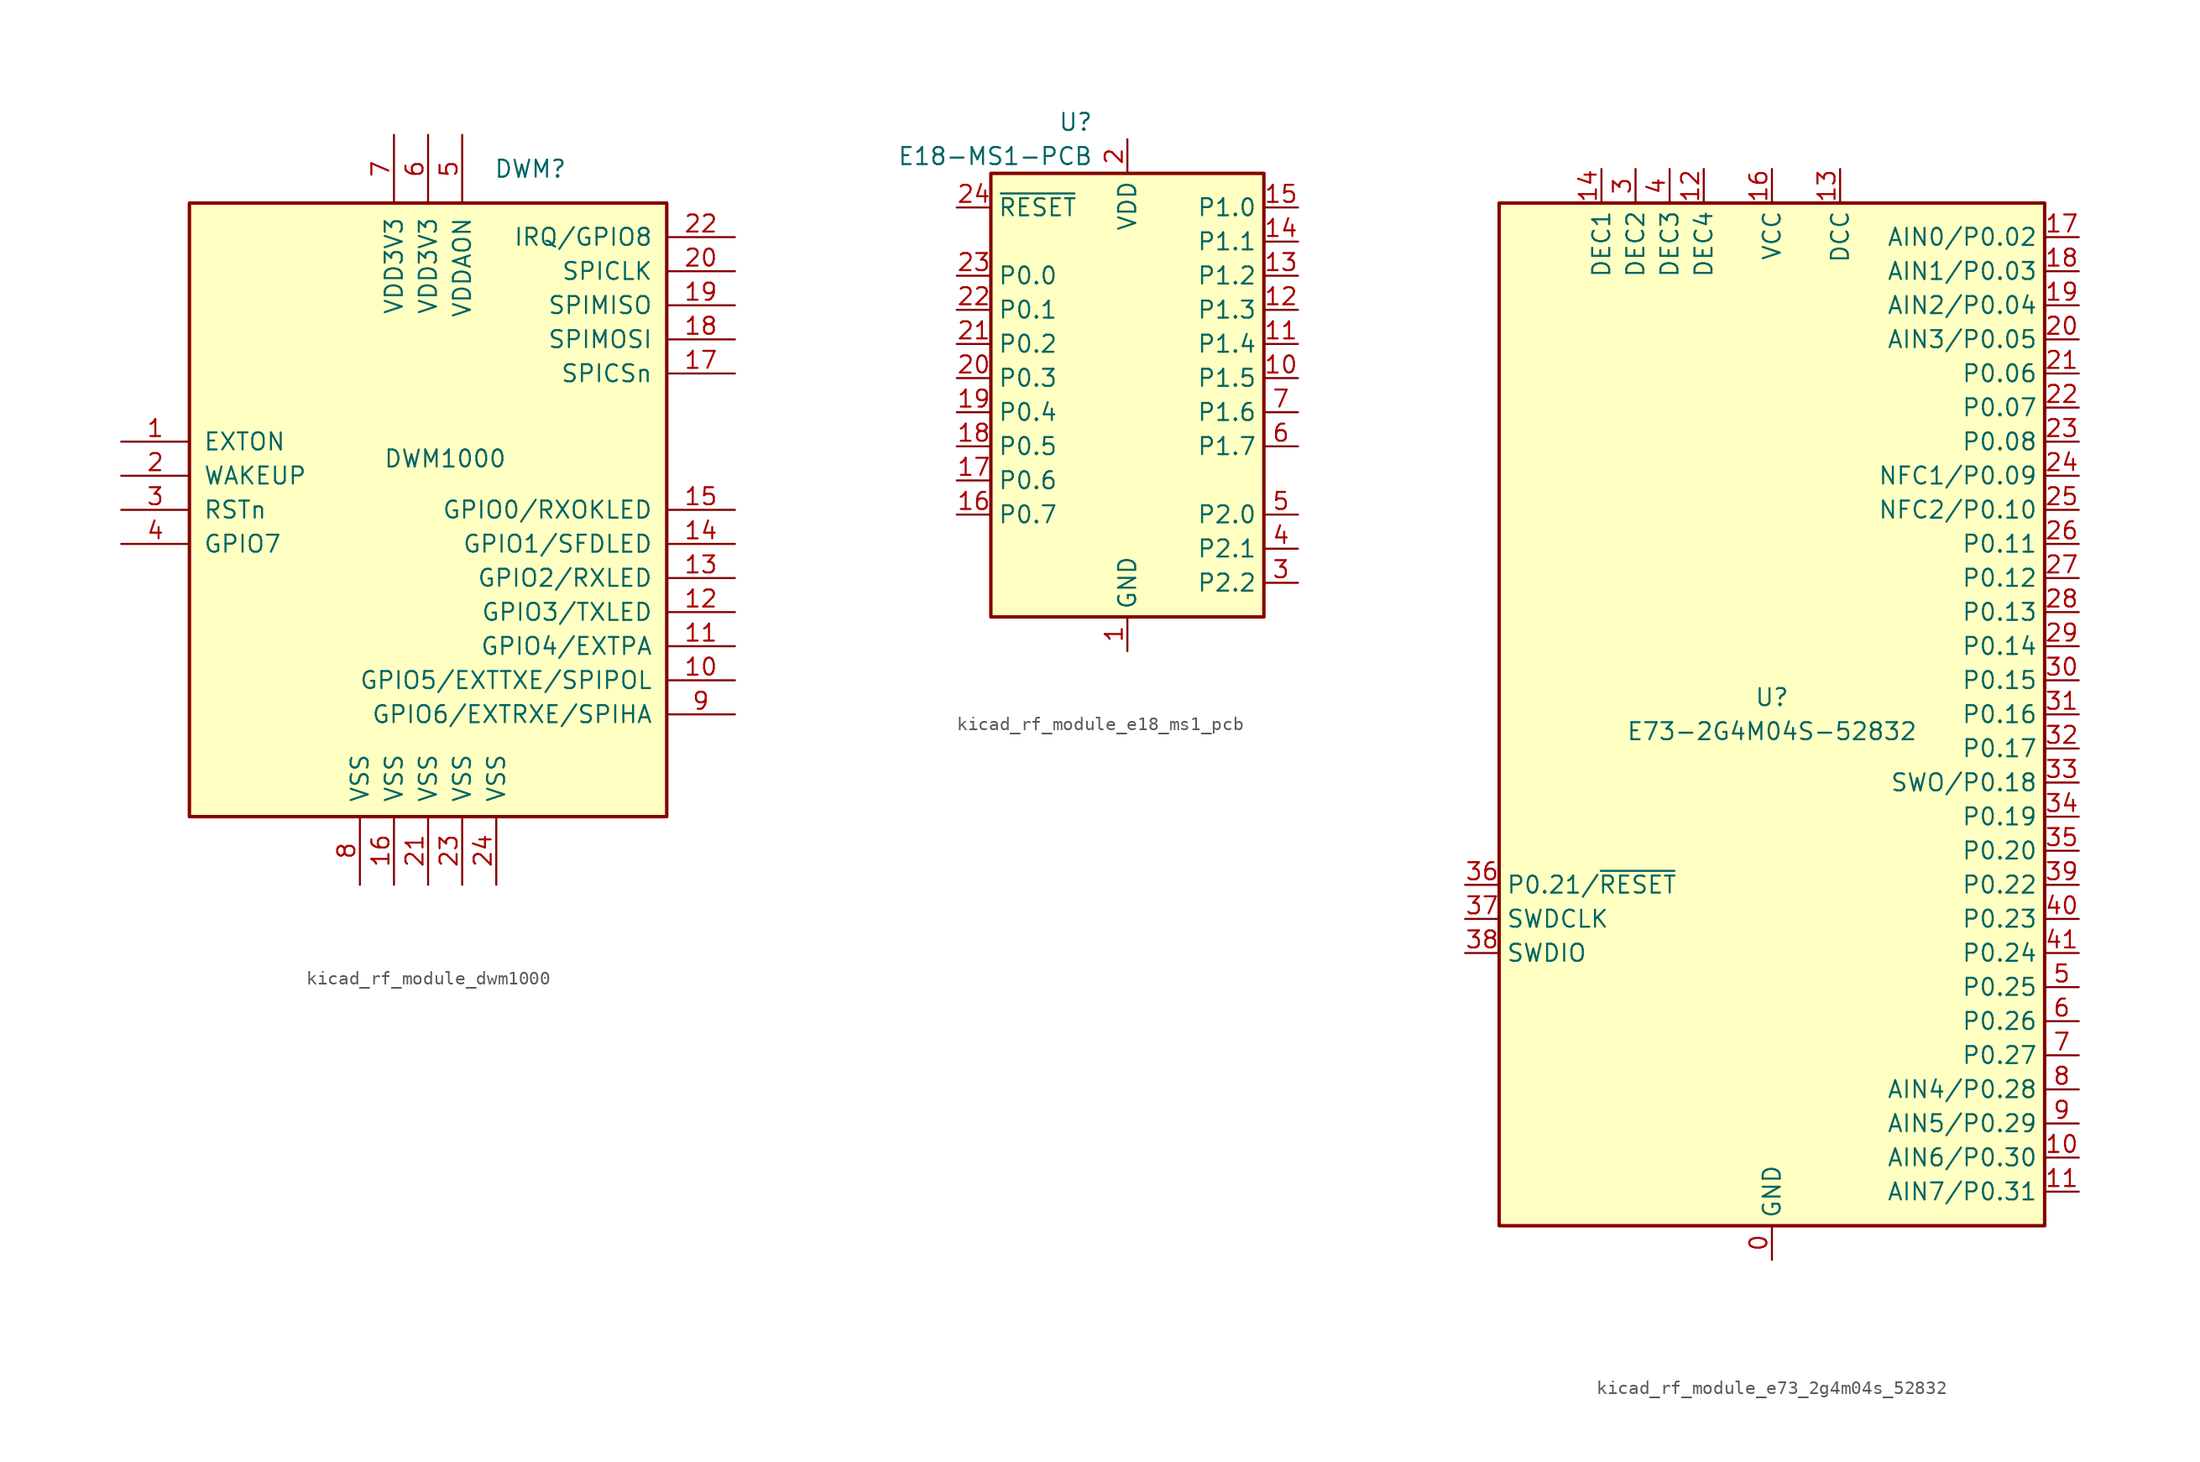
<source format=kicad_sym>
(kicad_symbol_lib
  (version 20220914)
  (generator kicad_symbol_editor)
  (symbol "kicad_rf_module_dwm1000"
    (pin_names
      (offset 1.016))
    (property "Reference" "DWM"
      (at 7.62 25.4 0)
      (effects (font (size 1.27 1.27))))
    (property "Value" "DWM1000"
      (at 1.27 3.81 0)
      (effects (font (size 1.27 1.27))))
    (symbol "kicad_rf_module_dwm1000_0_1"
      (rectangle (start 17.78 22.86) (end -17.78 -22.86) (stroke (width 0.254) (type default)) (fill (type background))))
    (symbol "kicad_rf_module_dwm1000_1_1"
      (pin output line (at -22.86 5.08 0) (length 5.08) (name "EXTON" (effects (font (size 1.27 1.27)))) (number "1" (effects (font (size 1.27 1.27)))))
      (pin bidirectional line (at 22.86 -12.7 180) (length 5.08) (name "GPIO5/EXTTXE/SPIPOL" (effects (font (size 1.27 1.27)))) (number "10" (effects (font (size 1.27 1.27)))))
      (pin bidirectional line (at 22.86 -10.16 180) (length 5.08) (name "GPIO4/EXTPA" (effects (font (size 1.27 1.27)))) (number "11" (effects (font (size 1.27 1.27)))))
      (pin bidirectional line (at 22.86 -7.62 180) (length 5.08) (name "GPIO3/TXLED" (effects (font (size 1.27 1.27)))) (number "12" (effects (font (size 1.27 1.27)))))
      (pin bidirectional line (at 22.86 -5.08 180) (length 5.08) (name "GPIO2/RXLED" (effects (font (size 1.27 1.27)))) (number "13" (effects (font (size 1.27 1.27)))))
      (pin bidirectional line (at 22.86 -2.54 180) (length 5.08) (name "GPIO1/SFDLED" (effects (font (size 1.27 1.27)))) (number "14" (effects (font (size 1.27 1.27)))))
      (pin bidirectional line (at 22.86 0 180) (length 5.08) (name "GPIO0/RXOKLED" (effects (font (size 1.27 1.27)))) (number "15" (effects (font (size 1.27 1.27)))))
      (pin power_in line (at -2.54 -27.94 90) (length 5.08) (name "VSS" (effects (font (size 1.27 1.27)))) (number "16" (effects (font (size 1.27 1.27)))))
      (pin input line (at 22.86 10.16 180) (length 5.08) (name "SPICSn" (effects (font (size 1.27 1.27)))) (number "17" (effects (font (size 1.27 1.27)))))
      (pin input line (at 22.86 12.7 180) (length 5.08) (name "SPIMOSI" (effects (font (size 1.27 1.27)))) (number "18" (effects (font (size 1.27 1.27)))))
      (pin output line (at 22.86 15.24 180) (length 5.08) (name "SPIMISO" (effects (font (size 1.27 1.27)))) (number "19" (effects (font (size 1.27 1.27)))))
      (pin bidirectional line (at -22.86 2.54 0) (length 5.08) (name "WAKEUP" (effects (font (size 1.27 1.27)))) (number "2" (effects (font (size 1.27 1.27)))))
      (pin input line (at 22.86 17.78 180) (length 5.08) (name "SPICLK" (effects (font (size 1.27 1.27)))) (number "20" (effects (font (size 1.27 1.27)))))
      (pin power_in line (at 0 -27.94 90) (length 5.08) (name "VSS" (effects (font (size 1.27 1.27)))) (number "21" (effects (font (size 1.27 1.27)))))
      (pin bidirectional line (at 22.86 20.32 180) (length 5.08) (name "IRQ/GPIO8" (effects (font (size 1.27 1.27)))) (number "22" (effects (font (size 1.27 1.27)))))
      (pin power_in line (at 2.54 -27.94 90) (length 5.08) (name "VSS" (effects (font (size 1.27 1.27)))) (number "23" (effects (font (size 1.27 1.27)))))
      (pin power_in line (at 5.08 -27.94 90) (length 5.08) (name "VSS" (effects (font (size 1.27 1.27)))) (number "24" (effects (font (size 1.27 1.27)))))
      (pin bidirectional line (at -22.86 0 0) (length 5.08) (name "RSTn" (effects (font (size 1.27 1.27)))) (number "3" (effects (font (size 1.27 1.27)))))
      (pin bidirectional line (at -22.86 -2.54 0) (length 5.08) (name "GPIO7" (effects (font (size 1.27 1.27)))) (number "4" (effects (font (size 1.27 1.27)))))
      (pin power_in line (at 2.54 27.94 270) (length 5.08) (name "VDDAON" (effects (font (size 1.27 1.27)))) (number "5" (effects (font (size 1.27 1.27)))))
      (pin power_in line (at 0 27.94 270) (length 5.08) (name "VDD3V3" (effects (font (size 1.27 1.27)))) (number "6" (effects (font (size 1.27 1.27)))))
      (pin power_in line (at -2.54 27.94 270) (length 5.08) (name "VDD3V3" (effects (font (size 1.27 1.27)))) (number "7" (effects (font (size 1.27 1.27)))))
      (pin power_in line (at -5.08 -27.94 90) (length 5.08) (name "VSS" (effects (font (size 1.27 1.27)))) (number "8" (effects (font (size 1.27 1.27)))))
      (pin bidirectional line (at 22.86 -15.24 180) (length 5.08) (name "GPIO6/EXTRXE/SPIHA" (effects (font (size 1.27 1.27)))) (number "9" (effects (font (size 1.27 1.27)))))))
  (symbol "kicad_rf_module_e18_ms1_pcb"
    (property "Reference" "U"
      (at -2.54 21.59 0)
      (effects (font (size 1.27 1.27)) (justify right)))
    (property "Value" "E18-MS1-PCB"
      (at -2.54 19.05 0)
      (effects (font (size 1.27 1.27)) (justify right)))
    (symbol "kicad_rf_module_e18_ms1_pcb_0_1"
      (rectangle (start -10.16 17.78) (end 10.16 -15.24) (stroke (width 0.254) (type default)) (fill (type background))))
    (symbol "kicad_rf_module_e18_ms1_pcb_1_1"
      (pin power_in line (at 0 -17.78 90) (length 2.54) (name "GND" (effects (font (size 1.27 1.27)))) (number "1" (effects (font (size 1.27 1.27)))))
      (pin bidirectional line (at 12.7 2.54 180) (length 2.54) (name "P1.5" (effects (font (size 1.27 1.27)))) (number "10" (effects (font (size 1.27 1.27)))))
      (pin bidirectional line (at 12.7 5.08 180) (length 2.54) (name "P1.4" (effects (font (size 1.27 1.27)))) (number "11" (effects (font (size 1.27 1.27)))))
      (pin bidirectional line (at 12.7 7.62 180) (length 2.54) (name "P1.3" (effects (font (size 1.27 1.27)))) (number "12" (effects (font (size 1.27 1.27)))))
      (pin bidirectional line (at 12.7 10.16 180) (length 2.54) (name "P1.2" (effects (font (size 1.27 1.27)))) (number "13" (effects (font (size 1.27 1.27)))))
      (pin bidirectional line (at 12.7 12.7 180) (length 2.54) (name "P1.1" (effects (font (size 1.27 1.27)))) (number "14" (effects (font (size 1.27 1.27)))))
      (pin bidirectional line (at 12.7 15.24 180) (length 2.54) (name "P1.0" (effects (font (size 1.27 1.27)))) (number "15" (effects (font (size 1.27 1.27)))))
      (pin bidirectional line (at -12.7 -7.62 0) (length 2.54) (name "P0.7" (effects (font (size 1.27 1.27)))) (number "16" (effects (font (size 1.27 1.27)))))
      (pin bidirectional line (at -12.7 -5.08 0) (length 2.54) (name "P0.6" (effects (font (size 1.27 1.27)))) (number "17" (effects (font (size 1.27 1.27)))))
      (pin bidirectional line (at -12.7 -2.54 0) (length 2.54) (name "P0.5" (effects (font (size 1.27 1.27)))) (number "18" (effects (font (size 1.27 1.27)))))
      (pin bidirectional line (at -12.7 0 0) (length 2.54) (name "P0.4" (effects (font (size 1.27 1.27)))) (number "19" (effects (font (size 1.27 1.27)))))
      (pin power_in line (at 0 20.32 270) (length 2.54) (name "VDD" (effects (font (size 1.27 1.27)))) (number "2" (effects (font (size 1.27 1.27)))))
      (pin bidirectional line (at -12.7 2.54 0) (length 2.54) (name "P0.3" (effects (font (size 1.27 1.27)))) (number "20" (effects (font (size 1.27 1.27)))))
      (pin bidirectional line (at -12.7 5.08 0) (length 2.54) (name "P0.2" (effects (font (size 1.27 1.27)))) (number "21" (effects (font (size 1.27 1.27)))))
      (pin bidirectional line (at -12.7 7.62 0) (length 2.54) (name "P0.1" (effects (font (size 1.27 1.27)))) (number "22" (effects (font (size 1.27 1.27)))))
      (pin bidirectional line (at -12.7 10.16 0) (length 2.54) (name "P0.0" (effects (font (size 1.27 1.27)))) (number "23" (effects (font (size 1.27 1.27)))))
      (pin input line (at -12.7 15.24 0) (length 2.54) (name "~{RESET}" (effects (font (size 1.27 1.27)))) (number "24" (effects (font (size 1.27 1.27)))))
      (pin bidirectional line (at 12.7 -12.7 180) (length 2.54) (name "P2.2" (effects (font (size 1.27 1.27)))) (number "3" (effects (font (size 1.27 1.27)))))
      (pin bidirectional line (at 12.7 -10.16 180) (length 2.54) (name "P2.1" (effects (font (size 1.27 1.27)))) (number "4" (effects (font (size 1.27 1.27)))))
      (pin bidirectional line (at 12.7 -7.62 180) (length 2.54) (name "P2.0" (effects (font (size 1.27 1.27)))) (number "5" (effects (font (size 1.27 1.27)))))
      (pin bidirectional line (at 12.7 -2.54 180) (length 2.54) (name "P1.7" (effects (font (size 1.27 1.27)))) (number "6" (effects (font (size 1.27 1.27)))))
      (pin bidirectional line (at 12.7 0 180) (length 2.54) (name "P1.6" (effects (font (size 1.27 1.27)))) (number "7" (effects (font (size 1.27 1.27)))))
      (pin no_connect line (at -10.16 -10.16 0) (length 2.54) hide (name "NC" (effects (font (size 1.27 1.27)))) (number "8" (effects (font (size 1.27 1.27)))))
      (pin no_connect line (at -10.16 -12.7 0) (length 2.54) hide (name "NC" (effects (font (size 1.27 1.27)))) (number "9" (effects (font (size 1.27 1.27)))))))
  (symbol "kicad_rf_module_e73_2g4m04s_52832"
    (property "Reference" "U"
      (at 0 1.27 0)
      (effects (font (size 1.27 1.27))))
    (property "Value" "E73-2G4M04S-52832"
      (at 0 -1.27 0)
      (effects (font (size 1.27 1.27))))
    (symbol "kicad_rf_module_e73_2g4m04s_52832_0_1"
      (rectangle (start 20.32 38.1) (end -20.32 -38.1) (stroke (width 0.254) (type default)) (fill (type background))))
    (symbol "kicad_rf_module_e73_2g4m04s_52832_1_1"
      (pin power_in line (at 0 -40.64 90) (length 2.54) (name "GND" (effects (font (size 1.27 1.27)))) (number "0" (effects (font (size 1.27 1.27)))))
      (pin passive line (at 0 -40.64 90) (length 2.54) hide (name "GND" (effects (font (size 1.27 1.27)))) (number "1" (effects (font (size 1.27 1.27)))))
      (pin bidirectional line (at 22.86 -33.02 180) (length 2.54) (name "AIN6/P0.30" (effects (font (size 1.27 1.27)))) (number "10" (effects (font (size 1.27 1.27)))))
      (pin bidirectional line (at 22.86 -35.56 180) (length 2.54) (name "AIN7/P0.31" (effects (font (size 1.27 1.27)))) (number "11" (effects (font (size 1.27 1.27)))))
      (pin passive line (at -5.08 40.64 270) (length 2.54) (name "DEC4" (effects (font (size 1.27 1.27)))) (number "12" (effects (font (size 1.27 1.27)))))
      (pin power_out line (at 5.08 40.64 270) (length 2.54) (name "DCC" (effects (font (size 1.27 1.27)))) (number "13" (effects (font (size 1.27 1.27)))))
      (pin passive line (at -12.7 40.64 270) (length 2.54) (name "DEC1" (effects (font (size 1.27 1.27)))) (number "14" (effects (font (size 1.27 1.27)))))
      (pin passive line (at 0 -40.64 90) (length 2.54) hide (name "GND" (effects (font (size 1.27 1.27)))) (number "15" (effects (font (size 1.27 1.27)))))
      (pin power_in line (at 0 40.64 270) (length 2.54) (name "VCC" (effects (font (size 1.27 1.27)))) (number "16" (effects (font (size 1.27 1.27)))))
      (pin bidirectional line (at 22.86 35.56 180) (length 2.54) (name "AIN0/P0.02" (effects (font (size 1.27 1.27)))) (number "17" (effects (font (size 1.27 1.27)))))
      (pin bidirectional line (at 22.86 33.02 180) (length 2.54) (name "AIN1/P0.03" (effects (font (size 1.27 1.27)))) (number "18" (effects (font (size 1.27 1.27)))))
      (pin bidirectional line (at 22.86 30.48 180) (length 2.54) (name "AIN2/P0.04" (effects (font (size 1.27 1.27)))) (number "19" (effects (font (size 1.27 1.27)))))
      (pin passive line (at 0 -40.64 90) (length 2.54) hide (name "GND" (effects (font (size 1.27 1.27)))) (number "2" (effects (font (size 1.27 1.27)))))
      (pin bidirectional line (at 22.86 27.94 180) (length 2.54) (name "AIN3/P0.05" (effects (font (size 1.27 1.27)))) (number "20" (effects (font (size 1.27 1.27)))))
      (pin bidirectional line (at 22.86 25.4 180) (length 2.54) (name "P0.06" (effects (font (size 1.27 1.27)))) (number "21" (effects (font (size 1.27 1.27)))))
      (pin bidirectional line (at 22.86 22.86 180) (length 2.54) (name "P0.07" (effects (font (size 1.27 1.27)))) (number "22" (effects (font (size 1.27 1.27)))))
      (pin bidirectional line (at 22.86 20.32 180) (length 2.54) (name "P0.08" (effects (font (size 1.27 1.27)))) (number "23" (effects (font (size 1.27 1.27)))))
      (pin bidirectional line (at 22.86 17.78 180) (length 2.54) (name "NFC1/P0.09" (effects (font (size 1.27 1.27)))) (number "24" (effects (font (size 1.27 1.27)))))
      (pin bidirectional line (at 22.86 15.24 180) (length 2.54) (name "NFC2/P0.10" (effects (font (size 1.27 1.27)))) (number "25" (effects (font (size 1.27 1.27)))))
      (pin bidirectional line (at 22.86 12.7 180) (length 2.54) (name "P0.11" (effects (font (size 1.27 1.27)))) (number "26" (effects (font (size 1.27 1.27)))))
      (pin bidirectional line (at 22.86 10.16 180) (length 2.54) (name "P0.12" (effects (font (size 1.27 1.27)))) (number "27" (effects (font (size 1.27 1.27)))))
      (pin bidirectional line (at 22.86 7.62 180) (length 2.54) (name "P0.13" (effects (font (size 1.27 1.27)))) (number "28" (effects (font (size 1.27 1.27)))))
      (pin bidirectional line (at 22.86 5.08 180) (length 2.54) (name "P0.14" (effects (font (size 1.27 1.27)))) (number "29" (effects (font (size 1.27 1.27)))))
      (pin passive line (at -10.16 40.64 270) (length 2.54) (name "DEC2" (effects (font (size 1.27 1.27)))) (number "3" (effects (font (size 1.27 1.27)))))
      (pin bidirectional line (at 22.86 2.54 180) (length 2.54) (name "P0.15" (effects (font (size 1.27 1.27)))) (number "30" (effects (font (size 1.27 1.27)))))
      (pin bidirectional line (at 22.86 0 180) (length 2.54) (name "P0.16" (effects (font (size 1.27 1.27)))) (number "31" (effects (font (size 1.27 1.27)))))
      (pin bidirectional line (at 22.86 -2.54 180) (length 2.54) (name "P0.17" (effects (font (size 1.27 1.27)))) (number "32" (effects (font (size 1.27 1.27)))))
      (pin bidirectional line (at 22.86 -5.08 180) (length 2.54) (name "SWO/P0.18" (effects (font (size 1.27 1.27)))) (number "33" (effects (font (size 1.27 1.27)))))
      (pin bidirectional line (at 22.86 -7.62 180) (length 2.54) (name "P0.19" (effects (font (size 1.27 1.27)))) (number "34" (effects (font (size 1.27 1.27)))))
      (pin bidirectional line (at 22.86 -10.16 180) (length 2.54) (name "P0.20" (effects (font (size 1.27 1.27)))) (number "35" (effects (font (size 1.27 1.27)))))
      (pin bidirectional line (at -22.86 -12.7 0) (length 2.54) (name "P0.21/~{RESET}" (effects (font (size 1.27 1.27)))) (number "36" (effects (font (size 1.27 1.27)))))
      (pin input line (at -22.86 -15.24 0) (length 2.54) (name "SWDCLK" (effects (font (size 1.27 1.27)))) (number "37" (effects (font (size 1.27 1.27)))))
      (pin bidirectional line (at -22.86 -17.78 0) (length 2.54) (name "SWDIO" (effects (font (size 1.27 1.27)))) (number "38" (effects (font (size 1.27 1.27)))))
      (pin bidirectional line (at 22.86 -12.7 180) (length 2.54) (name "P0.22" (effects (font (size 1.27 1.27)))) (number "39" (effects (font (size 1.27 1.27)))))
      (pin passive line (at -7.62 40.64 270) (length 2.54) (name "DEC3" (effects (font (size 1.27 1.27)))) (number "4" (effects (font (size 1.27 1.27)))))
      (pin bidirectional line (at 22.86 -15.24 180) (length 2.54) (name "P0.23" (effects (font (size 1.27 1.27)))) (number "40" (effects (font (size 1.27 1.27)))))
      (pin bidirectional line (at 22.86 -17.78 180) (length 2.54) (name "P0.24" (effects (font (size 1.27 1.27)))) (number "41" (effects (font (size 1.27 1.27)))))
      (pin passive line (at 0 -40.64 90) (length 2.54) hide (name "GND" (effects (font (size 1.27 1.27)))) (number "42" (effects (font (size 1.27 1.27)))))
      (pin passive line (at 0 -40.64 90) (length 2.54) hide (name "GND" (effects (font (size 1.27 1.27)))) (number "43" (effects (font (size 1.27 1.27)))))
      (pin bidirectional line (at 22.86 -20.32 180) (length 2.54) (name "P0.25" (effects (font (size 1.27 1.27)))) (number "5" (effects (font (size 1.27 1.27)))))
      (pin bidirectional line (at 22.86 -22.86 180) (length 2.54) (name "P0.26" (effects (font (size 1.27 1.27)))) (number "6" (effects (font (size 1.27 1.27)))))
      (pin bidirectional line (at 22.86 -25.4 180) (length 2.54) (name "P0.27" (effects (font (size 1.27 1.27)))) (number "7" (effects (font (size 1.27 1.27)))))
      (pin bidirectional line (at 22.86 -27.94 180) (length 2.54) (name "AIN4/P0.28" (effects (font (size 1.27 1.27)))) (number "8" (effects (font (size 1.27 1.27)))))
      (pin bidirectional line (at 22.86 -30.48 180) (length 2.54) (name "AIN5/P0.29" (effects (font (size 1.27 1.27)))) (number "9" (effects (font (size 1.27 1.27))))))))
</source>
